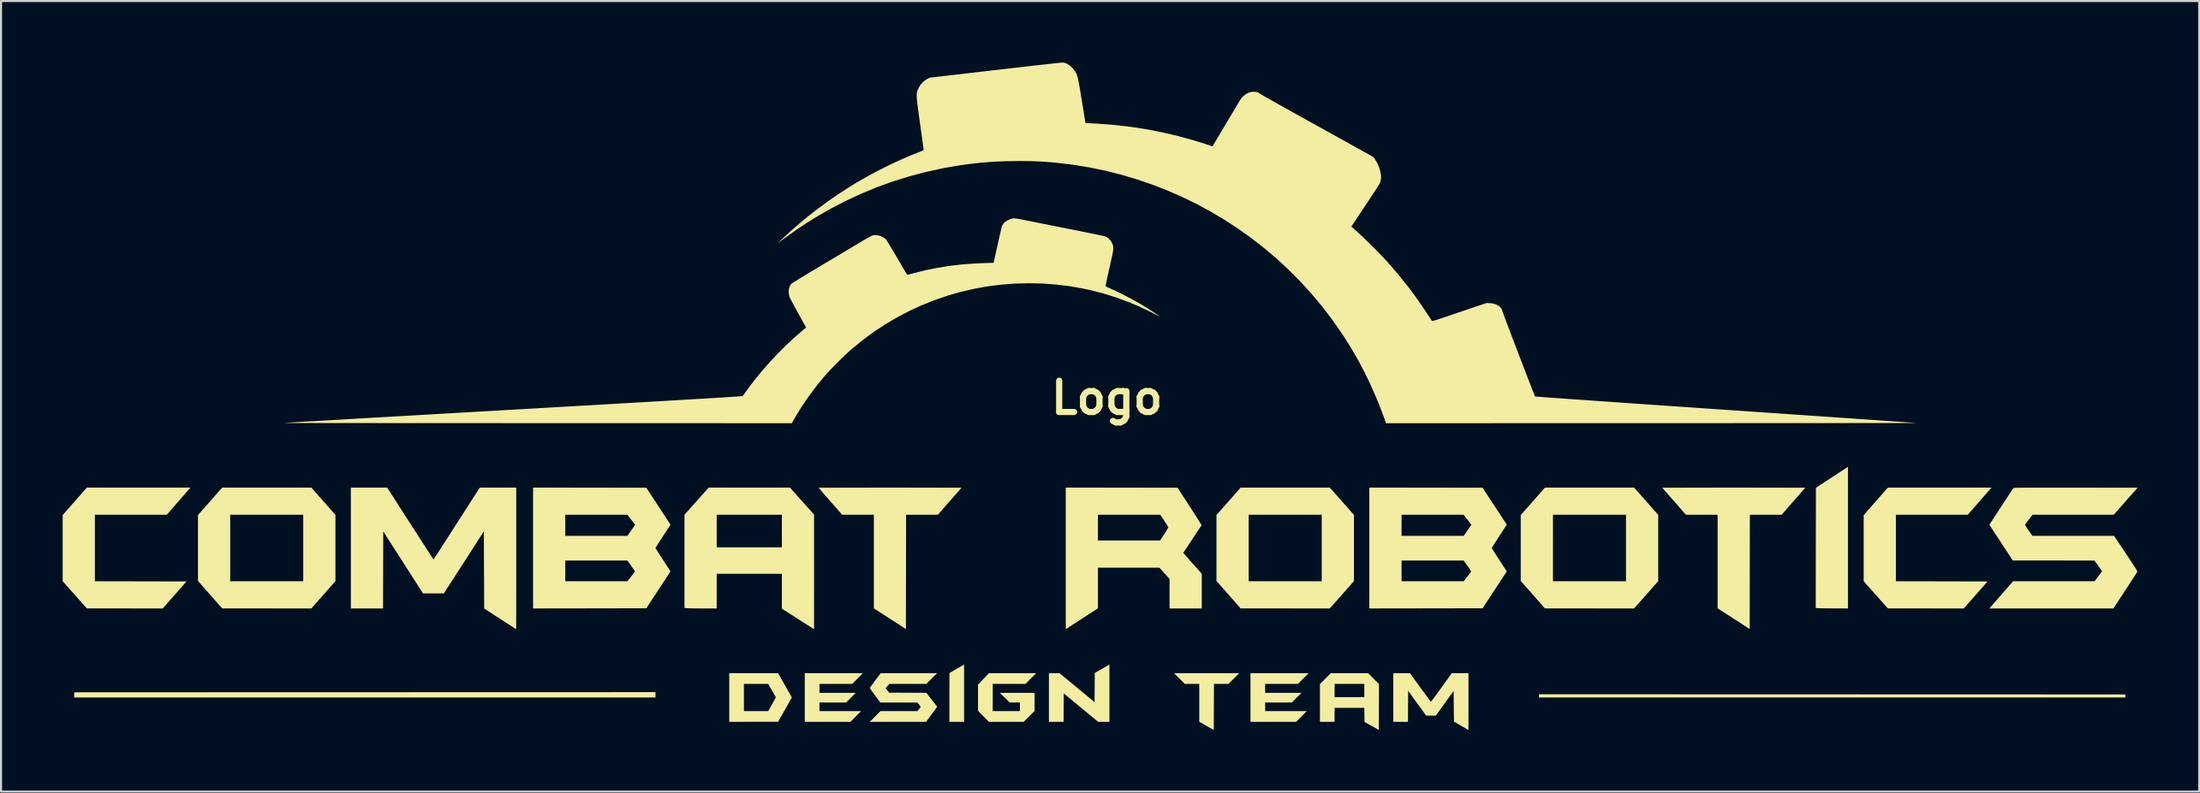
<source format=kicad_pcb>
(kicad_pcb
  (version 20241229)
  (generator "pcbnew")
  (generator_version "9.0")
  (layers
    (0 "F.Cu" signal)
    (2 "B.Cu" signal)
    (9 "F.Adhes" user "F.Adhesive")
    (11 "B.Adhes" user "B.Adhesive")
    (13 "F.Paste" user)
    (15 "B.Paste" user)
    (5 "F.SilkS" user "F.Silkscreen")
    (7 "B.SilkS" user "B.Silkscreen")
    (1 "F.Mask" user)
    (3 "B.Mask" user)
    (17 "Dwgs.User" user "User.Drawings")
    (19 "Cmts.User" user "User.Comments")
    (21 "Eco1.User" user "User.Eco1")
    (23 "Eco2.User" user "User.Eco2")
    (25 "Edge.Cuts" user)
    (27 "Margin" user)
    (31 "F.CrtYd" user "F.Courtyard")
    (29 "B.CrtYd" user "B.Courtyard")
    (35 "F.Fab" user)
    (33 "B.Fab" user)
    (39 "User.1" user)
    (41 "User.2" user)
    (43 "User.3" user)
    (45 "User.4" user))
  (footprint "Logo"
    (layer "F.Cu")
    (at 50.817 16.33)
    (property "Reference" "Logo" (at 0 0 0) (layer "F.SilkS") (effects (font (size 1.524 1.524) (thickness 0.3))))
    (attr board_only exclude_from_pos_files exclude_from_bom)
    (fp_poly (pts (xy -21.968 14.599) (xy -50.261 14.599) (xy -50.256 14.473) (xy -50.251 14.346) (xy -21.968 14.338)) (stroke (width 0) (type solid)) (fill yes) (layer "F.SilkS"))
    (fp_poly (pts (xy 49.554 14.451) (xy 49.56 14.525) (xy 49.565 14.599) (xy 21.027 14.599) (xy 21.027 14.442)) (stroke (width 0) (type solid)) (fill yes) (layer "F.SilkS"))
    (fp_poly (pts (xy -6.951 15.784) (xy -7.665 15.784) (xy -7.665 14.595) (xy -7.664 13.406) (xy -7.382 13.244) (xy -7.286 13.19) (xy -7.196 13.138) (xy -7.118 13.093) (xy -7.058 13.058) (xy -7.025 13.039) (xy -6.951 12.994)) (stroke (width 0) (type solid)) (fill yes) (layer "F.SilkS"))
    (fp_poly (pts (xy 6.176 13.676) (xy 5.915 13.937) (xy 5.209 13.937) (xy 5.205 15.06) (xy 5.2 16.183) (xy 4.847 15.981) (xy 4.495 15.779) (xy 4.495 13.937) (xy 3.789 13.937) (xy 3.528 13.676) (xy 3.267 13.414) (xy 6.437 13.414)) (stroke (width 0) (type solid)) (fill yes) (layer "F.SilkS"))
    (fp_poly (pts (xy 9.555 13.676) (xy 9.295 13.937) (xy 7.7 13.937) (xy 7.7 14.372) (xy 9.468 14.372) (xy 8.998 14.843) (xy 7.7 14.843) (xy 7.7 15.261) (xy 9.729 15.261) (xy 9.207 15.784) (xy 6.986 15.784) (xy 6.986 13.414) (xy 9.816 13.414)) (stroke (width 0) (type solid)) (fill yes) (layer "F.SilkS"))
    (fp_poly (pts (xy -12.134 13.676) (xy -12.395 13.937) (xy -13.989 13.937) (xy -13.989 14.372) (xy -12.221 14.372) (xy -12.691 14.843) (xy -13.989 14.843) (xy -13.989 15.261) (xy -11.96 15.261) (xy -12.221 15.522) (xy -12.482 15.784) (xy -14.703 15.784) (xy -14.703 13.414) (xy -11.873 13.414)) (stroke (width 0) (type solid)) (fill yes) (layer "F.SilkS"))
    (fp_poly (pts (xy 0.122 15.784) (xy -0.428 15.784) (xy -1.263 15.093) (xy -2.099 14.402) (xy -2.104 15.093) (xy -2.108 15.784) (xy -2.822 15.784) (xy -2.822 13.414) (xy -2.308 13.414) (xy -0.601 14.826) (xy -0.596 14.116) (xy -0.591 13.406) (xy -0.336 13.257) (xy -0.242 13.203) (xy -0.15 13.15) (xy -0.068 13.103) (xy -0.005 13.066) (xy 0.021 13.052) (xy 0.122 12.994)) (stroke (width 0) (type solid)) (fill yes) (layer "F.SilkS"))
    (fp_poly (pts (xy -38.129 5.038) (xy -37.543 5.704) (xy -37.543 8.93) (xy -38.129 9.596) (xy -38.716 10.261) (xy -40.886 10.26) (xy -43.056 10.259) (xy -43.644 9.59) (xy -44.219 8.937) (xy -42.664 8.937) (xy -39.11 8.937) (xy -39.11 5.697) (xy -42.664 5.697) (xy -42.664 8.937) (xy -44.219 8.937) (xy -44.232 8.922) (xy -44.232 5.712) (xy -43.644 5.044) (xy -43.056 4.375) (xy -40.886 4.374) (xy -38.716 4.373)) (stroke (width 0) (type solid)) (fill yes) (layer "F.SilkS"))
    (fp_poly (pts (xy -3.702 13.676) (xy -3.963 13.937) (xy -5.557 13.937) (xy -5.557 15.261) (xy -4.233 15.261) (xy -4.233 14.843) (xy -4.482 14.842) (xy -4.73 14.842) (xy -4.969 14.607) (xy -5.209 14.372) (xy -3.519 14.372) (xy -3.519 15.253) (xy -3.785 15.518) (xy -4.051 15.784) (xy -5.741 15.784) (xy -6.006 15.518) (xy -6.272 15.252) (xy -6.272 13.969) (xy -6.007 13.692) (xy -5.742 13.414) (xy -3.441 13.414)) (stroke (width 0) (type solid)) (fill yes) (layer "F.SilkS"))
    (fp_poly (pts (xy 11.434 5.038) (xy 12.021 5.704) (xy 12.021 8.93) (xy 11.434 9.596) (xy 10.847 10.261) (xy 8.677 10.26) (xy 6.507 10.259) (xy 5.919 9.59) (xy 5.344 8.937) (xy 6.899 8.937) (xy 10.453 8.937) (xy 10.453 5.697) (xy 6.899 5.697) (xy 6.899 8.937) (xy 5.344 8.937) (xy 5.331 8.922) (xy 5.331 5.712) (xy 5.919 5.044) (xy 6.507 4.375) (xy 8.677 4.374) (xy 10.847 4.373)) (stroke (width 0) (type solid)) (fill yes) (layer "F.SilkS"))
    (fp_poly (pts (xy 26.242 5.038) (xy 26.829 5.704) (xy 26.829 8.93) (xy 26.242 9.596) (xy 25.655 10.261) (xy 23.485 10.26) (xy 21.315 10.259) (xy 20.727 9.59) (xy 20.152 8.937) (xy 21.707 8.937) (xy 25.261 8.937) (xy 25.261 5.697) (xy 21.707 5.697) (xy 21.707 8.937) (xy 20.152 8.937) (xy 20.139 8.922) (xy 20.139 5.712) (xy 20.727 5.044) (xy 21.315 4.375) (xy 23.485 4.374) (xy 25.655 4.373)) (stroke (width 0) (type solid)) (fill yes) (layer "F.SilkS"))
    (fp_poly (pts (xy 36.062 10.261) (xy 35.387 10.258) (xy 35.232 10.257) (xy 35.084 10.256) (xy 34.947 10.254) (xy 34.826 10.253) (xy 34.726 10.251) (xy 34.651 10.25) (xy 34.605 10.248) (xy 34.603 10.248) (xy 34.494 10.242) (xy 34.498 7.312) (xy 34.503 4.383) (xy 34.938 4.098) (xy 35.071 4.011) (xy 35.216 3.916) (xy 35.364 3.82) (xy 35.506 3.727) (xy 35.634 3.643) (xy 35.718 3.588) (xy 36.062 3.363)) (stroke (width 0) (type solid)) (fill yes) (layer "F.SilkS"))
    (fp_poly (pts (xy 12.975 13.68) (xy 13.24 13.946) (xy 13.236 15.063) (xy 13.231 16.18) (xy 12.883 15.985) (xy 12.534 15.791) (xy 12.53 15.447) (xy 12.525 15.104) (xy 11.08 15.104) (xy 11.08 15.784) (xy 10.366 15.784) (xy 10.366 14.581) (xy 11.08 14.581) (xy 12.526 14.581) (xy 12.526 13.937) (xy 11.08 13.937) (xy 11.08 14.581) (xy 10.366 14.581) (xy 10.366 13.945) (xy 10.631 13.68) (xy 10.897 13.414) (xy 12.709 13.414)) (stroke (width 0) (type solid)) (fill yes) (layer "F.SilkS"))
    (fp_poly (pts (xy -17.19 13.415) (xy -16.001 13.415) (xy -15.667 14.005) (xy -15.332 14.596) (xy -15.667 15.189) (xy -16.001 15.783) (xy -17.19 15.783) (xy -18.379 15.784) (xy -18.379 15.261) (xy -17.665 15.261) (xy -16.483 15.261) (xy -16.353 15.03) (xy -16.302 14.939) (xy -16.251 14.849) (xy -16.207 14.769) (xy -16.173 14.708) (xy -16.166 14.695) (xy -16.109 14.59) (xy -16.296 14.264) (xy -16.483 13.937) (xy -17.665 13.937) (xy -17.665 15.261) (xy -18.379 15.261) (xy -18.379 13.414)) (stroke (width 0) (type solid)) (fill yes) (layer "F.SilkS"))
    (fp_poly (pts (xy -10.233 4.375) (xy -9.87 4.375) (xy -9.52 4.376) (xy -9.19 4.376) (xy -8.886 4.377) (xy -8.818 4.377) (xy -7.078 4.381) (xy -7.652 5.039) (xy -8.226 5.697) (xy -9.773 5.697) (xy -9.778 8.48) (xy -9.782 11.264) (xy -10.562 10.76) (xy -11.341 10.257) (xy -11.341 5.697) (xy -12.886 5.697) (xy -13.46 5.039) (xy -14.034 4.381) (xy -12.296 4.377) (xy -11.999 4.376) (xy -11.675 4.376) (xy -11.329 4.375) (xy -10.969 4.375) (xy -10.601 4.375)) (stroke (width 0) (type solid)) (fill yes) (layer "F.SilkS"))
    (fp_poly (pts (xy 30.829 4.375) (xy 31.191 4.375) (xy 31.541 4.376) (xy 31.872 4.376) (xy 32.176 4.377) (xy 32.244 4.377) (xy 33.984 4.381) (xy 33.409 5.039) (xy 32.835 5.697) (xy 31.288 5.697) (xy 31.284 8.48) (xy 31.28 11.264) (xy 30.5 10.76) (xy 29.72 10.257) (xy 29.72 5.697) (xy 28.176 5.697) (xy 27.602 5.039) (xy 27.027 4.381) (xy 28.766 4.377) (xy 29.062 4.376) (xy 29.387 4.376) (xy 29.732 4.375) (xy 30.093 4.375) (xy 30.46 4.375)) (stroke (width 0) (type solid)) (fill yes) (layer "F.SilkS"))
    (fp_poly (pts (xy -44.714 4.508) (xy -44.752 4.552) (xy -44.81 4.618) (xy -44.885 4.703) (xy -44.972 4.802) (xy -45.068 4.913) (xy -45.171 5.031) (xy -45.277 5.152) (xy -45.292 5.17) (xy -45.751 5.697) (xy -49.25 5.697) (xy -49.25 8.937) (xy -47.019 8.941) (xy -44.789 8.946) (xy -45.368 9.603) (xy -45.946 10.261) (xy -47.794 10.26) (xy -49.641 10.259) (xy -50.229 9.598) (xy -50.817 8.938) (xy -50.817 5.713) (xy -50.229 5.044) (xy -49.641 4.375) (xy -47.118 4.374) (xy -44.595 4.373)) (stroke (width 0) (type solid)) (fill yes) (layer "F.SilkS"))
    (fp_poly (pts (xy 42.932 4.508) (xy 42.893 4.552) (xy 42.835 4.618) (xy 42.761 4.703) (xy 42.674 4.802) (xy 42.577 4.913) (xy 42.474 5.031) (xy 42.369 5.152) (xy 42.353 5.17) (xy 41.894 5.697) (xy 38.396 5.697) (xy 38.396 8.937) (xy 40.626 8.941) (xy 42.856 8.946) (xy 42.278 9.603) (xy 41.7 10.261) (xy 39.852 10.26) (xy 38.004 10.259) (xy 37.416 9.598) (xy 36.828 8.938) (xy 36.828 5.713) (xy 37.416 5.044) (xy 38.004 4.375) (xy 40.527 4.374) (xy 43.051 4.373)) (stroke (width 0) (type solid)) (fill yes) (layer "F.SilkS"))
    (fp_poly (pts (xy -8.528 13.676) (xy -8.789 13.937) (xy -10.591 13.937) (xy -10.679 14.043) (xy -10.767 14.149) (xy -10.683 14.256) (xy -10.598 14.364) (xy -9.691 14.368) (xy -8.784 14.373) (xy -8.523 14.711) (xy -8.261 15.049) (xy -8.8 15.784) (xy -11.541 15.784) (xy -11.28 15.522) (xy -11.019 15.261) (xy -9.223 15.261) (xy -9.163 15.187) (xy -9.124 15.139) (xy -9.091 15.099) (xy -9.079 15.083) (xy -9.069 15.064) (xy -9.073 15.042) (xy -9.093 15.009) (xy -9.132 14.959) (xy -9.14 14.949) (xy -9.224 14.845) (xy -10.126 14.844) (xy -11.028 14.843) (xy -11.29 14.492) (xy -11.381 14.367) (xy -11.452 14.268) (xy -11.502 14.193) (xy -11.53 14.145) (xy -11.536 14.122) (xy -11.535 14.122) (xy -11.521 14.103) (xy -11.489 14.06) (xy -11.442 13.997) (xy -11.384 13.919) (xy -11.317 13.829) (xy -11.265 13.758) (xy -11.01 13.414) (xy -8.267 13.414)) (stroke (width 0) (type solid)) (fill yes) (layer "F.SilkS"))
    (fp_poly (pts (xy -14.839 5.031) (xy -14.252 5.688) (xy -14.251 8.48) (xy -14.251 8.789) (xy -14.251 9.088) (xy -14.251 9.376) (xy -14.251 9.651) (xy -14.252 9.91) (xy -14.252 10.153) (xy -14.252 10.376) (xy -14.252 10.58) (xy -14.252 10.76) (xy -14.253 10.916) (xy -14.253 11.046) (xy -14.254 11.149) (xy -14.254 11.221) (xy -14.254 11.261) (xy -14.255 11.27) (xy -14.27 11.26) (xy -14.312 11.234) (xy -14.377 11.192) (xy -14.464 11.137) (xy -14.569 11.07) (xy -14.69 10.992) (xy -14.825 10.907) (xy -14.969 10.814) (xy -15.039 10.77) (xy -15.818 10.271) (xy -15.818 8.571) (xy -18.989 8.571) (xy -18.989 10.261) (xy -19.614 10.261) (xy -19.766 10.261) (xy -19.914 10.26) (xy -20.053 10.258) (xy -20.176 10.257) (xy -20.28 10.254) (xy -20.358 10.252) (xy -20.397 10.25) (xy -20.557 10.238) (xy -20.557 7.282) (xy -18.989 7.282) (xy -15.818 7.282) (xy -15.818 5.697) (xy -18.989 5.697) (xy -18.989 7.282) (xy -20.557 7.282) (xy -20.557 5.696) (xy -19.381 4.375) (xy -15.426 4.374)) (stroke (width 0) (type solid)) (fill yes) (layer "F.SilkS"))
    (fp_poly (pts (xy 17.595 14.799) (xy 17.595 15.015) (xy 17.595 15.221) (xy 17.595 15.414) (xy 17.595 15.591) (xy 17.594 15.75) (xy 17.594 15.889) (xy 17.593 16.003) (xy 17.593 16.092) (xy 17.592 16.152) (xy 17.591 16.181) (xy 17.591 16.183) (xy 17.575 16.174) (xy 17.534 16.15) (xy 17.471 16.113) (xy 17.391 16.067) (xy 17.297 16.012) (xy 17.238 15.978) (xy 16.89 15.774) (xy 16.881 15.028) (xy 16.872 14.282) (xy 16.437 14.884) (xy 16.001 15.486) (xy 15.767 15.482) (xy 15.533 15.479) (xy 15.096 14.876) (xy 14.66 14.273) (xy 14.655 15.028) (xy 14.651 15.784) (xy 13.937 15.784) (xy 13.937 13.414) (xy 14.342 13.414) (xy 14.747 13.414) (xy 15.252 14.111) (xy 15.352 14.248) (xy 15.446 14.376) (xy 15.531 14.493) (xy 15.607 14.595) (xy 15.67 14.681) (xy 15.719 14.746) (xy 15.753 14.789) (xy 15.768 14.807) (xy 15.768 14.808) (xy 15.78 14.794) (xy 15.811 14.755) (xy 15.858 14.693) (xy 15.919 14.61) (xy 15.992 14.51) (xy 16.076 14.396) (xy 16.168 14.269) (xy 16.267 14.133) (xy 16.282 14.111) (xy 16.785 13.415) (xy 17.19 13.415) (xy 17.595 13.414)) (stroke (width 0) (type solid)) (fill yes) (layer "F.SilkS"))
    (fp_poly (pts (xy 0.717 4.377) (xy 3.438 4.381) (xy 4.026 5.286) (xy 4.13 5.446) (xy 4.227 5.598) (xy 4.317 5.739) (xy 4.397 5.866) (xy 4.467 5.977) (xy 4.524 6.069) (xy 4.567 6.14) (xy 4.594 6.188) (xy 4.604 6.209) (xy 4.604 6.21) (xy 4.591 6.23) (xy 4.562 6.273) (xy 4.521 6.336) (xy 4.47 6.412) (xy 4.424 6.481) (xy 4.367 6.567) (xy 4.296 6.674) (xy 4.215 6.796) (xy 4.13 6.926) (xy 4.045 7.054) (xy 3.986 7.145) (xy 3.715 7.556) (xy 4.617 8.573) (xy 4.617 10.261) (xy 3.049 10.261) (xy 3.048 9.542) (xy 3.048 8.824) (xy 2.801 8.549) (xy 2.553 8.275) (xy -0.436 8.275) (xy -0.436 9.264) (xy -0.436 10.252) (xy -1.065 10.662) (xy -1.205 10.753) (xy -1.341 10.841) (xy -1.47 10.925) (xy -1.588 11.001) (xy -1.69 11.068) (xy -1.773 11.122) (xy -1.832 11.16) (xy -1.849 11.171) (xy -2.003 11.27) (xy -2.003 6.951) (xy -0.436 6.951) (xy 2.59 6.951) (xy 2.788 6.642) (xy 2.847 6.549) (xy 2.9 6.465) (xy 2.942 6.393) (xy 2.971 6.341) (xy 2.985 6.311) (xy 2.986 6.307) (xy 2.977 6.285) (xy 2.951 6.239) (xy 2.911 6.174) (xy 2.86 6.094) (xy 2.802 6.005) (xy 2.791 5.989) (xy 2.595 5.697) (xy -0.436 5.697) (xy -0.436 6.951) (xy -2.003 6.951) (xy -2.003 4.373)) (stroke (width 0) (type solid)) (fill yes) (layer "F.SilkS"))
    (fp_poly (pts (xy 15.526 4.377) (xy 18.282 4.381) (xy 18.869 5.279) (xy 19.457 6.176) (xy 19.419 6.237) (xy 19.401 6.266) (xy 19.366 6.32) (xy 19.317 6.395) (xy 19.257 6.488) (xy 19.188 6.595) (xy 19.112 6.712) (xy 19.055 6.799) (xy 18.978 6.918) (xy 18.907 7.027) (xy 18.845 7.124) (xy 18.794 7.205) (xy 18.756 7.266) (xy 18.734 7.305) (xy 18.728 7.317) (xy 18.737 7.335) (xy 18.763 7.378) (xy 18.804 7.444) (xy 18.857 7.529) (xy 18.921 7.628) (xy 18.993 7.74) (xy 19.055 7.835) (xy 19.134 7.955) (xy 19.208 8.07) (xy 19.275 8.173) (xy 19.332 8.261) (xy 19.377 8.331) (xy 19.408 8.379) (xy 19.419 8.397) (xy 19.457 8.458) (xy 18.282 10.252) (xy 15.526 10.257) (xy 12.77 10.261) (xy 12.77 7.927) (xy 14.338 7.927) (xy 14.338 8.937) (xy 17.36 8.937) (xy 17.534 8.716) (xy 17.594 8.64) (xy 17.647 8.572) (xy 17.689 8.518) (xy 17.715 8.483) (xy 17.722 8.473) (xy 17.717 8.45) (xy 17.691 8.401) (xy 17.645 8.328) (xy 17.579 8.232) (xy 17.548 8.189) (xy 17.36 7.928) (xy 15.849 7.927) (xy 14.338 7.927) (xy 12.77 7.927) (xy 12.77 5.697) (xy 14.338 5.697) (xy 14.338 6.725) (xy 17.36 6.724) (xy 17.549 6.455) (xy 17.737 6.185) (xy 17.549 5.941) (xy 17.36 5.697) (xy 14.338 5.697) (xy 12.77 5.697) (xy 12.77 4.373)) (stroke (width 0) (type solid)) (fill yes) (layer "F.SilkS"))
    (fp_poly (pts (xy -28.745 7.822) (xy -28.745 8.166) (xy -28.745 8.501) (xy -28.745 8.824) (xy -28.745 9.135) (xy -28.745 9.431) (xy -28.746 9.712) (xy -28.746 9.974) (xy -28.746 10.218) (xy -28.746 10.44) (xy -28.747 10.639) (xy -28.747 10.815) (xy -28.747 10.964) (xy -28.748 11.086) (xy -28.748 11.178) (xy -28.749 11.24) (xy -28.749 11.269) (xy -28.749 11.271) (xy -28.764 11.261) (xy -28.806 11.235) (xy -28.871 11.193) (xy -28.958 11.137) (xy -29.062 11.069) (xy -29.183 10.991) (xy -29.316 10.905) (xy -29.46 10.811) (xy -29.529 10.767) (xy -30.304 10.264) (xy -30.313 8.385) (xy -30.321 6.507) (xy -31.295 8.018) (xy -32.268 9.529) (xy -32.776 9.529) (xy -33.283 9.528) (xy -34.25 8.018) (xy -35.217 6.507) (xy -35.221 8.384) (xy -35.226 10.261) (xy -36.793 10.261) (xy -36.793 4.373) (xy -35.909 4.373) (xy -35.025 4.374) (xy -33.902 6.124) (xy -33.758 6.348) (xy -33.619 6.564) (xy -33.487 6.769) (xy -33.362 6.963) (xy -33.246 7.142) (xy -33.14 7.307) (xy -33.044 7.454) (xy -32.961 7.582) (xy -32.892 7.689) (xy -32.837 7.773) (xy -32.797 7.833) (xy -32.774 7.867) (xy -32.769 7.873) (xy -32.759 7.859) (xy -32.731 7.817) (xy -32.687 7.749) (xy -32.627 7.658) (xy -32.553 7.544) (xy -32.466 7.41) (xy -32.368 7.257) (xy -32.259 7.087) (xy -32.14 6.903) (xy -32.013 6.705) (xy -31.879 6.496) (xy -31.739 6.278) (xy -31.64 6.123) (xy -30.519 4.373) (xy -28.745 4.373)) (stroke (width 0) (type solid)) (fill yes) (layer "F.SilkS"))
    (fp_poly (pts (xy -25.17 4.377) (xy -22.414 4.381) (xy -21.826 5.279) (xy -21.239 6.176) (xy -21.276 6.237) (xy -21.295 6.266) (xy -21.33 6.32) (xy -21.378 6.395) (xy -21.439 6.488) (xy -21.508 6.595) (xy -21.584 6.712) (xy -21.641 6.799) (xy -21.718 6.918) (xy -21.788 7.027) (xy -21.85 7.124) (xy -21.901 7.205) (xy -21.939 7.266) (xy -21.962 7.305) (xy -21.968 7.317) (xy -21.959 7.335) (xy -21.933 7.378) (xy -21.892 7.444) (xy -21.838 7.529) (xy -21.775 7.628) (xy -21.703 7.74) (xy -21.641 7.835) (xy -21.562 7.955) (xy -21.488 8.07) (xy -21.421 8.173) (xy -21.364 8.261) (xy -21.318 8.331) (xy -21.288 8.379) (xy -21.276 8.397) (xy -21.239 8.458) (xy -21.826 9.355) (xy -22.414 10.252) (xy -25.17 10.257) (xy -27.926 10.261) (xy -27.926 7.927) (xy -26.358 7.927) (xy -26.358 8.937) (xy -24.847 8.937) (xy -23.336 8.937) (xy -23.161 8.716) (xy -23.101 8.64) (xy -23.049 8.572) (xy -23.007 8.518) (xy -22.981 8.483) (xy -22.974 8.473) (xy -22.979 8.45) (xy -23.005 8.401) (xy -23.051 8.328) (xy -23.117 8.232) (xy -23.148 8.189) (xy -23.336 7.928) (xy -24.847 7.927) (xy -26.358 7.927) (xy -27.926 7.927) (xy -27.926 5.697) (xy -26.358 5.697) (xy -26.358 6.725) (xy -24.847 6.724) (xy -23.336 6.724) (xy -23.147 6.455) (xy -22.958 6.185) (xy -23.147 5.941) (xy -23.336 5.697) (xy -24.847 5.697) (xy -26.358 5.697) (xy -27.926 5.697) (xy -27.926 4.373)) (stroke (width 0) (type solid)) (fill yes) (layer "F.SilkS"))
    (fp_poly (pts (xy 46.235 4.376) (xy 46.58 4.376) (xy 46.958 4.377) (xy 47.146 4.377) (xy 50.154 4.381) (xy 49.575 5.039) (xy 48.997 5.697) (xy 47.02 5.697) (xy 45.042 5.697) (xy 44.868 5.926) (xy 44.809 6.004) (xy 44.757 6.073) (xy 44.715 6.129) (xy 44.688 6.166) (xy 44.681 6.177) (xy 44.686 6.2) (xy 44.712 6.249) (xy 44.758 6.322) (xy 44.823 6.418) (xy 44.854 6.462) (xy 45.042 6.725) (xy 47.028 6.725) (xy 49.014 6.725) (xy 49.586 7.585) (xy 49.706 7.765) (xy 49.807 7.918) (xy 49.892 8.047) (xy 49.962 8.153) (xy 50.018 8.24) (xy 50.061 8.309) (xy 50.094 8.362) (xy 50.116 8.403) (xy 50.131 8.433) (xy 50.138 8.455) (xy 50.14 8.47) (xy 50.138 8.481) (xy 50.135 8.488) (xy 50.122 8.51) (xy 50.091 8.559) (xy 50.044 8.631) (xy 49.984 8.724) (xy 49.911 8.836) (xy 49.828 8.963) (xy 49.737 9.103) (xy 49.639 9.253) (xy 49.546 9.396) (xy 48.979 10.261) (xy 45.961 10.261) (xy 42.942 10.261) (xy 43.425 9.708) (xy 43.532 9.585) (xy 43.636 9.466) (xy 43.733 9.355) (xy 43.82 9.255) (xy 43.895 9.17) (xy 43.954 9.103) (xy 43.994 9.057) (xy 44.003 9.046) (xy 44.099 8.937) (xy 48.062 8.937) (xy 48.431 8.451) (xy 48.245 8.189) (xy 48.059 7.927) (xy 46.072 7.926) (xy 44.084 7.925) (xy 42.943 6.185) (xy 43.519 5.301) (xy 43.623 5.142) (xy 43.721 4.992) (xy 43.812 4.853) (xy 43.895 4.727) (xy 43.967 4.618) (xy 44.027 4.527) (xy 44.073 4.458) (xy 44.103 4.413) (xy 44.117 4.394) (xy 44.117 4.394) (xy 44.126 4.392) (xy 44.148 4.389) (xy 44.185 4.387) (xy 44.237 4.385) (xy 44.307 4.383) (xy 44.395 4.381) (xy 44.503 4.38) (xy 44.632 4.379) (xy 44.783 4.378) (xy 44.958 4.377) (xy 45.158 4.376) (xy 45.385 4.376) (xy 45.639 4.376) (xy 45.922 4.376)) (stroke (width 0) (type solid)) (fill yes) (layer "F.SilkS"))
    (fp_poly (pts (xy -4.469 -8.74) (xy -4.424 -8.735) (xy -4.366 -8.727) (xy -4.293 -8.714) (xy -4.199 -8.697) (xy -4.083 -8.674) (xy -3.941 -8.646) (xy -3.768 -8.612) (xy -3.722 -8.602) (xy -3.581 -8.574) (xy -3.41 -8.54) (xy -3.214 -8.5) (xy -2.998 -8.457) (xy -2.767 -8.411) (xy -2.524 -8.362) (xy -2.276 -8.313) (xy -2.025 -8.263) (xy -1.778 -8.213) (xy -1.559 -8.17) (xy -1.341 -8.126) (xy -1.131 -8.084) (xy -0.932 -8.043) (xy -0.747 -8.006) (xy -0.578 -7.971) (xy -0.429 -7.94) (xy -0.302 -7.913) (xy -0.2 -7.891) (xy -0.125 -7.875) (xy -0.08 -7.864) (xy -0.07 -7.861) (xy 0.005 -7.823) (xy 0.083 -7.76) (xy 0.158 -7.682) (xy 0.22 -7.596) (xy 0.26 -7.516) (xy 0.277 -7.469) (xy 0.291 -7.425) (xy 0.302 -7.382) (xy 0.308 -7.336) (xy 0.309 -7.284) (xy 0.305 -7.224) (xy 0.297 -7.151) (xy 0.282 -7.063) (xy 0.262 -6.956) (xy 0.235 -6.828) (xy 0.202 -6.674) (xy 0.161 -6.493) (xy 0.124 -6.328) (xy 0.086 -6.16) (xy 0.051 -6.002) (xy 0.019 -5.857) (xy -0.01 -5.729) (xy -0.033 -5.621) (xy -0.052 -5.537) (xy -0.064 -5.479) (xy -0.069 -5.45) (xy -0.069 -5.448) (xy -0.054 -5.433) (xy -0.013 -5.408) (xy 0.047 -5.378) (xy 0.109 -5.35) (xy 0.377 -5.229) (xy 0.663 -5.092) (xy 0.957 -4.943) (xy 1.249 -4.787) (xy 1.53 -4.63) (xy 1.725 -4.516) (xy 1.785 -4.479) (xy 1.862 -4.431) (xy 1.951 -4.375) (xy 2.048 -4.314) (xy 2.147 -4.25) (xy 2.246 -4.186) (xy 2.34 -4.125) (xy 2.424 -4.07) (xy 2.493 -4.024) (xy 2.545 -3.989) (xy 2.574 -3.969) (xy 2.578 -3.964) (xy 2.563 -3.971) (xy 2.522 -3.991) (xy 2.457 -4.023) (xy 2.373 -4.064) (xy 2.274 -4.113) (xy 2.173 -4.163) (xy 1.588 -4.441) (xy 1.006 -4.685) (xy 0.422 -4.899) (xy -0.169 -5.082) (xy -0.769 -5.238) (xy -1.15 -5.321) (xy -1.804 -5.436) (xy -2.466 -5.518) (xy -3.135 -5.567) (xy -3.808 -5.582) (xy -4.482 -5.564) (xy -5.154 -5.513) (xy -5.157 -5.512) (xy -5.822 -5.427) (xy -6.48 -5.308) (xy -7.131 -5.156) (xy -7.772 -4.971) (xy -8.402 -4.754) (xy -9.02 -4.506) (xy -9.625 -4.227) (xy -10.215 -3.917) (xy -10.789 -3.579) (xy -11.346 -3.211) (xy -11.883 -2.814) (xy -12.401 -2.39) (xy -12.578 -2.234) (xy -12.683 -2.138) (xy -12.804 -2.023) (xy -12.936 -1.895) (xy -13.074 -1.758) (xy -13.214 -1.617) (xy -13.35 -1.478) (xy -13.476 -1.346) (xy -13.589 -1.225) (xy -13.682 -1.122) (xy -13.707 -1.094) (xy -14.025 -0.712) (xy -14.333 -0.314) (xy -14.626 0.092) (xy -14.898 0.501) (xy -15.145 0.905) (xy -15.203 1.006) (xy -15.335 1.237) (xy -27.75 1.234) (xy -28.405 1.234) (xy -29.053 1.234) (xy -29.69 1.233) (xy -30.317 1.233) (xy -30.932 1.233) (xy -31.536 1.233) (xy -32.126 1.232) (xy -32.702 1.232) (xy -33.263 1.232) (xy -33.809 1.232) (xy -34.338 1.231) (xy -34.849 1.231) (xy -35.342 1.231) (xy -35.816 1.23) (xy -36.27 1.23) (xy -36.703 1.23) (xy -37.114 1.229) (xy -37.503 1.229) (xy -37.867 1.229) (xy -38.208 1.228) (xy -38.523 1.228) (xy -38.812 1.227) (xy -39.074 1.227) (xy -39.309 1.227) (xy -39.514 1.226) (xy -39.69 1.226) (xy -39.835 1.225) (xy -39.949 1.225) (xy -40.031 1.225) (xy -40.08 1.224) (xy -40.095 1.224) (xy -40.095 1.224) (xy -40.074 1.223) (xy -40.019 1.219) (xy -39.931 1.214) (xy -39.811 1.207) (xy -39.66 1.198) (xy -39.479 1.188) (xy -39.268 1.175) (xy -39.029 1.161) (xy -38.763 1.146) (xy -38.471 1.129) (xy -38.153 1.111) (xy -37.81 1.091) (xy -37.444 1.07) (xy -37.055 1.047) (xy -36.644 1.023) (xy -36.213 0.998) (xy -35.761 0.972) (xy -35.291 0.945) (xy -34.802 0.917) (xy -34.296 0.888) (xy -33.774 0.858) (xy -33.237 0.827) (xy -32.685 0.795) (xy -32.12 0.762) (xy -31.542 0.729) (xy -30.952 0.695) (xy -30.352 0.661) (xy -29.743 0.626) (xy -29.124 0.59) (xy -28.878 0.576) (xy -28.109 0.532) (xy -27.374 0.489) (xy -26.673 0.449) (xy -26.005 0.411) (xy -25.368 0.374) (xy -24.763 0.339) (xy -24.189 0.306) (xy -23.644 0.274) (xy -23.129 0.244) (xy -22.642 0.216) (xy -22.183 0.189) (xy -21.752 0.164) (xy -21.346 0.14) (xy -20.967 0.118) (xy -20.612 0.097) (xy -20.282 0.078) (xy -19.976 0.06) (xy -19.692 0.043) (xy -19.431 0.027) (xy -19.192 0.013) (xy -18.973 -0.001) (xy -18.775 -0.013) (xy -18.596 -0.024) (xy -18.436 -0.034) (xy -18.294 -0.044) (xy -18.169 -0.052) (xy -18.061 -0.059) (xy -17.97 -0.066) (xy -17.893 -0.071) (xy -17.831 -0.076) (xy -17.784 -0.08) (xy -17.749 -0.084) (xy -17.727 -0.086) (xy -17.717 -0.089) (xy -17.716 -0.089) (xy -17.692 -0.128) (xy -17.649 -0.19) (xy -17.591 -0.271) (xy -17.523 -0.366) (xy -17.446 -0.47) (xy -17.364 -0.58) (xy -17.281 -0.69) (xy -17.2 -0.797) (xy -17.124 -0.895) (xy -17.067 -0.967) (xy -16.736 -1.367) (xy -16.383 -1.767) (xy -16.012 -2.16) (xy -15.632 -2.541) (xy -15.247 -2.902) (xy -14.865 -3.236) (xy -14.806 -3.286) (xy -14.639 -3.425) (xy -15.026 -4.124) (xy -15.107 -4.27) (xy -15.183 -4.41) (xy -15.253 -4.539) (xy -15.315 -4.655) (xy -15.367 -4.753) (xy -15.407 -4.831) (xy -15.433 -4.884) (xy -15.443 -4.907) (xy -15.475 -5.035) (xy -15.485 -5.166) (xy -15.475 -5.293) (xy -15.444 -5.409) (xy -15.395 -5.505) (xy -15.368 -5.539) (xy -15.343 -5.559) (xy -15.295 -5.594) (xy -15.222 -5.642) (xy -15.123 -5.704) (xy -14.999 -5.782) (xy -14.848 -5.874) (xy -14.67 -5.983) (xy -14.464 -6.107) (xy -14.23 -6.248) (xy -13.966 -6.406) (xy -13.919 -6.433) (xy -13.704 -6.562) (xy -13.486 -6.692) (xy -13.27 -6.821) (xy -13.058 -6.947) (xy -12.855 -7.069) (xy -12.662 -7.184) (xy -12.484 -7.29) (xy -12.324 -7.386) (xy -12.185 -7.469) (xy -12.07 -7.537) (xy -12.006 -7.575) (xy -11.881 -7.65) (xy -11.762 -7.719) (xy -11.655 -7.781) (xy -11.562 -7.833) (xy -11.488 -7.873) (xy -11.437 -7.899) (xy -11.414 -7.909) (xy -11.284 -7.928) (xy -11.147 -7.917) (xy -11.012 -7.88) (xy -10.884 -7.817) (xy -10.773 -7.733) (xy -10.747 -7.706) (xy -10.727 -7.679) (xy -10.69 -7.624) (xy -10.641 -7.545) (xy -10.579 -7.445) (xy -10.508 -7.327) (xy -10.428 -7.195) (xy -10.343 -7.051) (xy -10.253 -6.898) (xy -10.218 -6.838) (xy -10.129 -6.685) (xy -10.044 -6.54) (xy -9.966 -6.407) (xy -9.896 -6.289) (xy -9.836 -6.188) (xy -9.788 -6.107) (xy -9.753 -6.049) (xy -9.733 -6.017) (xy -9.729 -6.012) (xy -9.716 -6.004) (xy -9.692 -6.002) (xy -9.654 -6.007) (xy -9.596 -6.02) (xy -9.513 -6.042) (xy -9.448 -6.059) (xy -8.869 -6.205) (xy -8.29 -6.325) (xy -7.706 -6.421) (xy -7.111 -6.492) (xy -6.5 -6.54) (xy -5.94 -6.565) (xy -5.515 -6.576) (xy -5.325 -7.43) (xy -5.287 -7.6) (xy -5.251 -7.762) (xy -5.216 -7.912) (xy -5.185 -8.047) (xy -5.158 -8.162) (xy -5.136 -8.255) (xy -5.119 -8.322) (xy -5.109 -8.359) (xy -5.108 -8.362) (xy -5.057 -8.458) (xy -4.978 -8.547) (xy -4.875 -8.624) (xy -4.756 -8.685) (xy -4.625 -8.726) (xy -4.591 -8.733) (xy -4.562 -8.738) (xy -4.535 -8.741) (xy -4.504 -8.742)) (stroke (width 0) (type solid)) (fill yes) (layer "F.SilkS"))
    (fp_poly (pts (xy -2.117 -16.328) (xy -2.056 -16.319) (xy -1.995 -16.298) (xy -1.951 -16.278) (xy -1.81 -16.192) (xy -1.682 -16.075) (xy -1.571 -15.933) (xy -1.542 -15.888) (xy -1.516 -15.845) (xy -1.492 -15.802) (xy -1.471 -15.754) (xy -1.451 -15.701) (xy -1.432 -15.637) (xy -1.412 -15.562) (xy -1.392 -15.472) (xy -1.37 -15.364) (xy -1.347 -15.236) (xy -1.321 -15.085) (xy -1.291 -14.907) (xy -1.257 -14.701) (xy -1.22 -14.47) (xy -1.189 -14.281) (xy -1.16 -14.102) (xy -1.133 -13.936) (xy -1.109 -13.787) (xy -1.087 -13.658) (xy -1.069 -13.55) (xy -1.055 -13.467) (xy -1.046 -13.413) (xy -1.041 -13.389) (xy -1.041 -13.388) (xy -1.023 -13.386) (xy -0.975 -13.383) (xy -0.902 -13.379) (xy -0.808 -13.374) (xy -0.699 -13.369) (xy -0.61 -13.364) (xy 0.226 -13.307) (xy 1.059 -13.215) (xy 1.888 -13.089) (xy 2.71 -12.93) (xy 3.525 -12.737) (xy 4.33 -12.511) (xy 4.768 -12.373) (xy 5.137 -12.252) (xy 5.803 -13.369) (xy 5.911 -13.551) (xy 6.015 -13.725) (xy 6.113 -13.889) (xy 6.204 -14.041) (xy 6.286 -14.178) (xy 6.357 -14.298) (xy 6.417 -14.397) (xy 6.463 -14.474) (xy 6.494 -14.526) (xy 6.509 -14.55) (xy 6.585 -14.646) (xy 6.686 -14.738) (xy 6.801 -14.816) (xy 6.843 -14.838) (xy 6.921 -14.874) (xy 6.988 -14.895) (xy 7.062 -14.906) (xy 7.109 -14.909) (xy 7.234 -14.907) (xy 7.336 -14.884) (xy 7.412 -14.843) (xy 7.431 -14.825) (xy 7.449 -14.813) (xy 7.496 -14.785) (xy 7.571 -14.742) (xy 7.671 -14.684) (xy 7.796 -14.613) (xy 7.944 -14.53) (xy 8.112 -14.435) (xy 8.301 -14.329) (xy 8.507 -14.213) (xy 8.731 -14.088) (xy 8.969 -13.955) (xy 9.221 -13.814) (xy 9.485 -13.667) (xy 9.759 -13.515) (xy 10.042 -13.357) (xy 10.214 -13.262) (xy 12.966 -11.733) (xy 13.04 -11.629) (xy 13.157 -11.436) (xy 13.248 -11.225) (xy 13.31 -11.005) (xy 13.33 -10.88) (xy 13.34 -10.792) (xy 13.341 -10.722) (xy 13.335 -10.655) (xy 13.322 -10.587) (xy 13.317 -10.561) (xy 13.31 -10.536) (xy 13.302 -10.51) (xy 13.29 -10.481) (xy 13.273 -10.447) (xy 13.251 -10.405) (xy 13.22 -10.354) (xy 13.181 -10.29) (xy 13.132 -10.212) (xy 13.071 -10.118) (xy 12.997 -10.005) (xy 12.909 -9.871) (xy 12.805 -9.714) (xy 12.684 -9.531) (xy 12.594 -9.396) (xy 11.894 -8.341) (xy 11.988 -8.26) (xy 12.125 -8.139) (xy 12.281 -7.996) (xy 12.45 -7.836) (xy 12.629 -7.664) (xy 12.813 -7.485) (xy 12.996 -7.302) (xy 13.175 -7.122) (xy 13.344 -6.947) (xy 13.5 -6.783) (xy 13.637 -6.634) (xy 13.658 -6.611) (xy 14.188 -5.997) (xy 14.699 -5.358) (xy 14.999 -4.956) (xy 15.042 -4.897) (xy 15.098 -4.816) (xy 15.166 -4.718) (xy 15.242 -4.607) (xy 15.324 -4.488) (xy 15.407 -4.364) (xy 15.491 -4.241) (xy 15.57 -4.121) (xy 15.644 -4.011) (xy 15.708 -3.914) (xy 15.76 -3.834) (xy 15.797 -3.776) (xy 15.811 -3.754) (xy 15.817 -3.748) (xy 15.828 -3.744) (xy 15.846 -3.745) (xy 15.875 -3.75) (xy 15.917 -3.76) (xy 15.975 -3.777) (xy 16.052 -3.801) (xy 16.149 -3.833) (xy 16.271 -3.873) (xy 16.419 -3.923) (xy 16.597 -3.983) (xy 16.664 -4.006) (xy 16.849 -4.069) (xy 17.041 -4.134) (xy 17.235 -4.199) (xy 17.424 -4.264) (xy 17.603 -4.324) (xy 17.765 -4.379) (xy 17.905 -4.427) (xy 17.987 -4.455) (xy 18.475 -4.62) (xy 18.632 -4.612) (xy 18.78 -4.594) (xy 18.915 -4.556) (xy 19.032 -4.5) (xy 19.127 -4.429) (xy 19.198 -4.346) (xy 19.239 -4.252) (xy 19.245 -4.223) (xy 19.252 -4.2) (xy 19.27 -4.147) (xy 19.3 -4.067) (xy 19.339 -3.962) (xy 19.387 -3.834) (xy 19.443 -3.685) (xy 19.506 -3.518) (xy 19.575 -3.336) (xy 19.649 -3.141) (xy 19.727 -2.934) (xy 19.809 -2.719) (xy 19.894 -2.498) (xy 19.98 -2.273) (xy 20.066 -2.047) (xy 20.152 -1.822) (xy 20.238 -1.6) (xy 20.32 -1.384) (xy 20.4 -1.177) (xy 20.477 -0.979) (xy 20.548 -0.795) (xy 20.613 -0.626) (xy 20.672 -0.475) (xy 20.723 -0.343) (xy 20.766 -0.234) (xy 20.8 -0.15) (xy 20.823 -0.094) (xy 20.835 -0.066) (xy 20.836 -0.064) (xy 20.854 -0.062) (xy 20.906 -0.058) (xy 20.99 -0.052) (xy 21.106 -0.043) (xy 21.253 -0.032) (xy 21.43 -0.019) (xy 21.635 -0.004) (xy 21.868 0.012) (xy 22.128 0.031) (xy 22.413 0.051) (xy 22.723 0.073) (xy 23.057 0.096) (xy 23.413 0.121) (xy 23.791 0.148) (xy 24.189 0.176) (xy 24.608 0.205) (xy 25.044 0.235) (xy 25.499 0.267) (xy 25.97 0.299) (xy 26.456 0.333) (xy 26.957 0.368) (xy 27.472 0.403) (xy 27.999 0.439) (xy 28.538 0.477) (xy 29.087 0.514) (xy 29.646 0.553) (xy 30.105 0.584) (xy 30.671 0.623) (xy 31.229 0.661) (xy 31.776 0.699) (xy 32.313 0.736) (xy 32.839 0.772) (xy 33.351 0.807) (xy 33.85 0.841) (xy 34.335 0.875) (xy 34.803 0.907) (xy 35.255 0.938) (xy 35.689 0.968) (xy 36.105 0.996) (xy 36.501 1.024) (xy 36.875 1.05) (xy 37.229 1.074) (xy 37.559 1.097) (xy 37.865 1.118) (xy 38.147 1.138) (xy 38.403 1.155) (xy 38.632 1.171) (xy 38.833 1.185) (xy 39.005 1.197) (xy 39.147 1.207) (xy 39.259 1.215) (xy 39.338 1.221) (xy 39.385 1.224) (xy 39.398 1.225) (xy 39.382 1.226) (xy 39.333 1.226) (xy 39.25 1.227) (xy 39.135 1.227) (xy 38.989 1.227) (xy 38.812 1.228) (xy 38.606 1.228) (xy 38.37 1.228) (xy 38.107 1.229) (xy 37.816 1.229) (xy 37.499 1.229) (xy 37.157 1.23) (xy 36.79 1.23) (xy 36.399 1.23) (xy 35.985 1.231) (xy 35.55 1.231) (xy 35.093 1.231) (xy 34.615 1.232) (xy 34.119 1.232) (xy 33.603 1.232) (xy 33.07 1.232) (xy 32.52 1.233) (xy 31.954 1.233) (xy 31.372 1.233) (xy 30.777 1.233) (xy 30.167 1.234) (xy 29.546 1.234) (xy 28.912 1.234) (xy 28.267 1.234) (xy 27.612 1.234) (xy 26.948 1.234) (xy 26.505 1.235) (xy 13.577 1.237) (xy 13.555 1.163) (xy 13.535 1.101) (xy 13.503 1.012) (xy 13.463 0.901) (xy 13.415 0.774) (xy 13.362 0.634) (xy 13.306 0.489) (xy 13.248 0.343) (xy 13.192 0.2) (xy 13.137 0.067) (xy 13.091 -0.044) (xy 12.819 -0.661) (xy 12.534 -1.253) (xy 12.23 -1.827) (xy 11.904 -2.392) (xy 11.551 -2.955) (xy 11.403 -3.179) (xy 10.943 -3.836) (xy 10.457 -4.469) (xy 9.946 -5.08) (xy 9.411 -5.667) (xy 8.853 -6.229) (xy 8.273 -6.766) (xy 7.671 -7.278) (xy 7.05 -7.764) (xy 6.409 -8.223) (xy 5.749 -8.655) (xy 5.072 -9.059) (xy 4.379 -9.435) (xy 3.67 -9.781) (xy 2.947 -10.099) (xy 2.21 -10.386) (xy 1.46 -10.643) (xy 0.699 -10.869) (xy -0.074 -11.063) (xy -0.856 -11.225) (xy -1.646 -11.354) (xy -2.445 -11.45) (xy -2.573 -11.462) (xy -2.82 -11.483) (xy -3.051 -11.5) (xy -3.273 -11.514) (xy -3.494 -11.524) (xy -3.724 -11.53) (xy -3.971 -11.534) (xy -4.243 -11.536) (xy -4.294 -11.536) (xy -4.928 -11.527) (xy -5.54 -11.5) (xy -6.139 -11.453) (xy -6.732 -11.387) (xy -7.329 -11.3) (xy -7.937 -11.192) (xy -8.066 -11.166) (xy -8.863 -10.989) (xy -9.647 -10.78) (xy -10.418 -10.539) (xy -11.177 -10.265) (xy -11.922 -9.959) (xy -12.656 -9.62) (xy -13.378 -9.249) (xy -14.088 -8.844) (xy -14.094 -8.841) (xy -14.615 -8.517) (xy -15.136 -8.168) (xy -15.662 -7.791) (xy -15.801 -7.688) (xy -16.019 -7.525) (xy -15.844 -7.695) (xy -15.438 -8.077) (xy -15.003 -8.46) (xy -14.544 -8.839) (xy -14.066 -9.212) (xy -13.574 -9.574) (xy -13.073 -9.921) (xy -12.568 -10.249) (xy -12.143 -10.509) (xy -11.653 -10.789) (xy -11.143 -11.062) (xy -10.621 -11.324) (xy -10.095 -11.571) (xy -9.574 -11.798) (xy -9.089 -11.993) (xy -9.004 -12.028) (xy -8.95 -12.055) (xy -8.923 -12.077) (xy -8.92 -12.087) (xy -8.922 -12.109) (xy -8.929 -12.162) (xy -8.94 -12.244) (xy -8.954 -12.352) (xy -8.972 -12.484) (xy -8.993 -12.635) (xy -9.016 -12.804) (xy -9.042 -12.988) (xy -9.069 -13.183) (xy -9.089 -13.327) (xy -9.125 -13.585) (xy -9.156 -13.811) (xy -9.183 -14.007) (xy -9.205 -14.177) (xy -9.223 -14.322) (xy -9.236 -14.445) (xy -9.247 -14.549) (xy -9.253 -14.636) (xy -9.256 -14.709) (xy -9.256 -14.77) (xy -9.252 -14.821) (xy -9.246 -14.866) (xy -9.238 -14.906) (xy -9.226 -14.945) (xy -9.219 -14.968) (xy -9.151 -15.12) (xy -9.059 -15.262) (xy -8.947 -15.387) (xy -8.822 -15.488) (xy -8.736 -15.539) (xy -8.621 -15.596) (xy -5.473 -15.962) (xy -5.144 -16) (xy -4.822 -16.037) (xy -4.511 -16.073) (xy -4.211 -16.108) (xy -3.925 -16.14) (xy -3.654 -16.171) (xy -3.401 -16.2) (xy -3.166 -16.226) (xy -2.953 -16.25) (xy -2.762 -16.271) (xy -2.595 -16.29) (xy -2.455 -16.305) (xy -2.342 -16.316) (xy -2.26 -16.325) (xy -2.209 -16.329) (xy -2.195 -16.33)) (stroke (width 0) (type solid)) (fill yes) (layer "F.SilkS")))
  (gr_rect
    (start -3 -3)
    (end 103.971 35.513)
    (stroke (width 0.1) (type default))
    (fill no)
    (layer "Edge.Cuts")))
</source>
